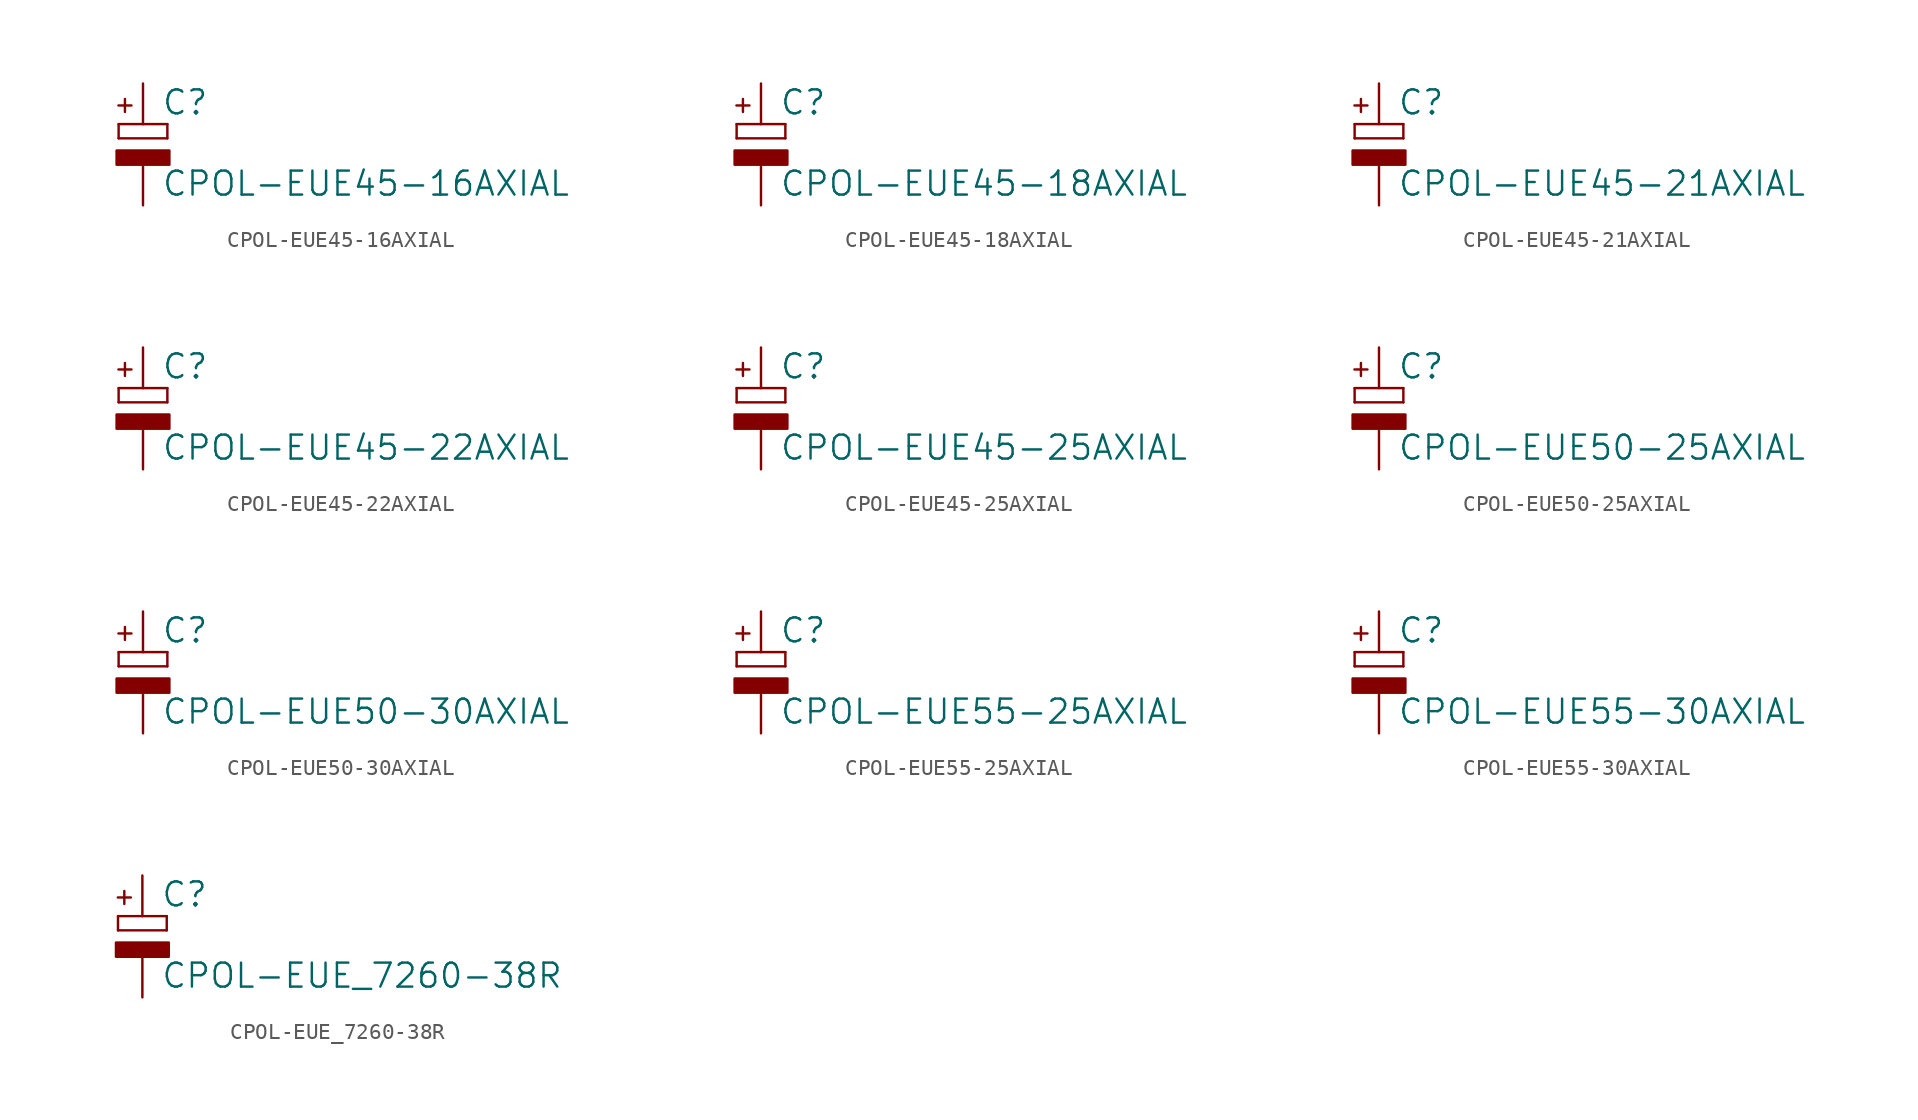
<source format=kicad_sym>
(kicad_symbol_lib
  (version 20211014)
  (generator kicad_symbol_editor)
  (symbol "CPOL-EUE45-16AXIAL"
    (pin_names
      (offset 1.016))
    (property "Reference" "C"
      (at 1.143 0.483 0)
      (effects (font (size 1.499 1.499)) (justify left bottom)))
    (property "Value" "CPOL-EUE45-16AXIAL"
      (at 1.143 -4.597 0)
      (effects (font (size 1.499 1.499)) (justify left bottom)))
    (property "ki_locked" ""
      (at 0 0 0)
      (effects (font (size 1.27 1.27))))
    (symbol "CPOL-EUE45-16AXIAL_1_0"
      (rectangle (start -1.651 -2.54) (end 1.651 -1.651) (stroke (width 0) (type default) (color 0 0 0 0)) (fill (type outline)))
      (polyline (pts (xy -1.524 -0.889) (xy 1.524 -0.889)) (stroke (width 0) (type default) (color 0 0 0 0)) (fill (type none)))
      (polyline (pts (xy -1.524 0) (xy -1.524 -0.889)) (stroke (width 0) (type default) (color 0 0 0 0)) (fill (type none)))
      (polyline (pts (xy -1.524 0) (xy 1.524 0)) (stroke (width 0) (type default) (color 0 0 0 0)) (fill (type none)))
      (polyline (pts (xy 1.524 -0.889) (xy 1.524 0)) (stroke (width 0) (type default) (color 0 0 0 0)) (fill (type none)))
      (text "+" (at -0.584 0.406 900) (effects (font (size 1.067 1.067)) (justify left bottom)))
      (pin passive line (at 0 2.54 270) (length 2.54) (name "+" (effects (font (size 0 0)))) (number "+" (effects (font (size 0 0)))))
      (pin passive line (at 0 -5.08 90) (length 2.54) (name "-" (effects (font (size 0 0)))) (number "-" (effects (font (size 0 0)))))))
  (symbol "CPOL-EUE45-18AXIAL"
    (pin_names
      (offset 1.016))
    (property "Reference" "C"
      (at 1.143 0.483 0)
      (effects (font (size 1.499 1.499)) (justify left bottom)))
    (property "Value" "CPOL-EUE45-18AXIAL"
      (at 1.143 -4.597 0)
      (effects (font (size 1.499 1.499)) (justify left bottom)))
    (property "ki_locked" ""
      (at 0 0 0)
      (effects (font (size 1.27 1.27))))
    (symbol "CPOL-EUE45-18AXIAL_1_0"
      (rectangle (start -1.651 -2.54) (end 1.651 -1.651) (stroke (width 0) (type default) (color 0 0 0 0)) (fill (type outline)))
      (polyline (pts (xy -1.524 -0.889) (xy 1.524 -0.889)) (stroke (width 0) (type default) (color 0 0 0 0)) (fill (type none)))
      (polyline (pts (xy -1.524 0) (xy -1.524 -0.889)) (stroke (width 0) (type default) (color 0 0 0 0)) (fill (type none)))
      (polyline (pts (xy -1.524 0) (xy 1.524 0)) (stroke (width 0) (type default) (color 0 0 0 0)) (fill (type none)))
      (polyline (pts (xy 1.524 -0.889) (xy 1.524 0)) (stroke (width 0) (type default) (color 0 0 0 0)) (fill (type none)))
      (text "+" (at -0.584 0.406 900) (effects (font (size 1.067 1.067)) (justify left bottom)))
      (pin passive line (at 0 2.54 270) (length 2.54) (name "+" (effects (font (size 0 0)))) (number "+" (effects (font (size 0 0)))))
      (pin passive line (at 0 -5.08 90) (length 2.54) (name "-" (effects (font (size 0 0)))) (number "-" (effects (font (size 0 0)))))))
  (symbol "CPOL-EUE45-21AXIAL"
    (pin_names
      (offset 1.016))
    (property "Reference" "C"
      (at 1.143 0.483 0)
      (effects (font (size 1.499 1.499)) (justify left bottom)))
    (property "Value" "CPOL-EUE45-21AXIAL"
      (at 1.143 -4.597 0)
      (effects (font (size 1.499 1.499)) (justify left bottom)))
    (property "ki_locked" ""
      (at 0 0 0)
      (effects (font (size 1.27 1.27))))
    (symbol "CPOL-EUE45-21AXIAL_1_0"
      (rectangle (start -1.651 -2.54) (end 1.651 -1.651) (stroke (width 0) (type default) (color 0 0 0 0)) (fill (type outline)))
      (polyline (pts (xy -1.524 -0.889) (xy 1.524 -0.889)) (stroke (width 0) (type default) (color 0 0 0 0)) (fill (type none)))
      (polyline (pts (xy -1.524 0) (xy -1.524 -0.889)) (stroke (width 0) (type default) (color 0 0 0 0)) (fill (type none)))
      (polyline (pts (xy -1.524 0) (xy 1.524 0)) (stroke (width 0) (type default) (color 0 0 0 0)) (fill (type none)))
      (polyline (pts (xy 1.524 -0.889) (xy 1.524 0)) (stroke (width 0) (type default) (color 0 0 0 0)) (fill (type none)))
      (text "+" (at -0.584 0.406 900) (effects (font (size 1.067 1.067)) (justify left bottom)))
      (pin passive line (at 0 2.54 270) (length 2.54) (name "+" (effects (font (size 0 0)))) (number "+" (effects (font (size 0 0)))))
      (pin passive line (at 0 -5.08 90) (length 2.54) (name "-" (effects (font (size 0 0)))) (number "-" (effects (font (size 0 0)))))))
  (symbol "CPOL-EUE45-22AXIAL"
    (pin_names
      (offset 1.016))
    (property "Reference" "C"
      (at 1.143 0.483 0)
      (effects (font (size 1.499 1.499)) (justify left bottom)))
    (property "Value" "CPOL-EUE45-22AXIAL"
      (at 1.143 -4.597 0)
      (effects (font (size 1.499 1.499)) (justify left bottom)))
    (property "ki_locked" ""
      (at 0 0 0)
      (effects (font (size 1.27 1.27))))
    (symbol "CPOL-EUE45-22AXIAL_1_0"
      (rectangle (start -1.651 -2.54) (end 1.651 -1.651) (stroke (width 0) (type default) (color 0 0 0 0)) (fill (type outline)))
      (polyline (pts (xy -1.524 -0.889) (xy 1.524 -0.889)) (stroke (width 0) (type default) (color 0 0 0 0)) (fill (type none)))
      (polyline (pts (xy -1.524 0) (xy -1.524 -0.889)) (stroke (width 0) (type default) (color 0 0 0 0)) (fill (type none)))
      (polyline (pts (xy -1.524 0) (xy 1.524 0)) (stroke (width 0) (type default) (color 0 0 0 0)) (fill (type none)))
      (polyline (pts (xy 1.524 -0.889) (xy 1.524 0)) (stroke (width 0) (type default) (color 0 0 0 0)) (fill (type none)))
      (text "+" (at -0.584 0.406 900) (effects (font (size 1.067 1.067)) (justify left bottom)))
      (pin passive line (at 0 2.54 270) (length 2.54) (name "+" (effects (font (size 0 0)))) (number "+" (effects (font (size 0 0)))))
      (pin passive line (at 0 -5.08 90) (length 2.54) (name "-" (effects (font (size 0 0)))) (number "-" (effects (font (size 0 0)))))))
  (symbol "CPOL-EUE45-25AXIAL"
    (pin_names
      (offset 1.016))
    (property "Reference" "C"
      (at 1.143 0.483 0)
      (effects (font (size 1.499 1.499)) (justify left bottom)))
    (property "Value" "CPOL-EUE45-25AXIAL"
      (at 1.143 -4.597 0)
      (effects (font (size 1.499 1.499)) (justify left bottom)))
    (property "ki_locked" ""
      (at 0 0 0)
      (effects (font (size 1.27 1.27))))
    (symbol "CPOL-EUE45-25AXIAL_1_0"
      (rectangle (start -1.651 -2.54) (end 1.651 -1.651) (stroke (width 0) (type default) (color 0 0 0 0)) (fill (type outline)))
      (polyline (pts (xy -1.524 -0.889) (xy 1.524 -0.889)) (stroke (width 0) (type default) (color 0 0 0 0)) (fill (type none)))
      (polyline (pts (xy -1.524 0) (xy -1.524 -0.889)) (stroke (width 0) (type default) (color 0 0 0 0)) (fill (type none)))
      (polyline (pts (xy -1.524 0) (xy 1.524 0)) (stroke (width 0) (type default) (color 0 0 0 0)) (fill (type none)))
      (polyline (pts (xy 1.524 -0.889) (xy 1.524 0)) (stroke (width 0) (type default) (color 0 0 0 0)) (fill (type none)))
      (text "+" (at -0.584 0.406 900) (effects (font (size 1.067 1.067)) (justify left bottom)))
      (pin passive line (at 0 2.54 270) (length 2.54) (name "+" (effects (font (size 0 0)))) (number "+" (effects (font (size 0 0)))))
      (pin passive line (at 0 -5.08 90) (length 2.54) (name "-" (effects (font (size 0 0)))) (number "-" (effects (font (size 0 0)))))))
  (symbol "CPOL-EUE50-25AXIAL"
    (pin_names
      (offset 1.016))
    (property "Reference" "C"
      (at 1.143 0.483 0)
      (effects (font (size 1.499 1.499)) (justify left bottom)))
    (property "Value" "CPOL-EUE50-25AXIAL"
      (at 1.143 -4.597 0)
      (effects (font (size 1.499 1.499)) (justify left bottom)))
    (property "ki_locked" ""
      (at 0 0 0)
      (effects (font (size 1.27 1.27))))
    (symbol "CPOL-EUE50-25AXIAL_1_0"
      (rectangle (start -1.651 -2.54) (end 1.651 -1.651) (stroke (width 0) (type default) (color 0 0 0 0)) (fill (type outline)))
      (polyline (pts (xy -1.524 -0.889) (xy 1.524 -0.889)) (stroke (width 0) (type default) (color 0 0 0 0)) (fill (type none)))
      (polyline (pts (xy -1.524 0) (xy -1.524 -0.889)) (stroke (width 0) (type default) (color 0 0 0 0)) (fill (type none)))
      (polyline (pts (xy -1.524 0) (xy 1.524 0)) (stroke (width 0) (type default) (color 0 0 0 0)) (fill (type none)))
      (polyline (pts (xy 1.524 -0.889) (xy 1.524 0)) (stroke (width 0) (type default) (color 0 0 0 0)) (fill (type none)))
      (text "+" (at -0.584 0.406 900) (effects (font (size 1.067 1.067)) (justify left bottom)))
      (pin passive line (at 0 2.54 270) (length 2.54) (name "+" (effects (font (size 0 0)))) (number "+" (effects (font (size 0 0)))))
      (pin passive line (at 0 -5.08 90) (length 2.54) (name "-" (effects (font (size 0 0)))) (number "-" (effects (font (size 0 0)))))))
  (symbol "CPOL-EUE50-30AXIAL"
    (pin_names
      (offset 1.016))
    (property "Reference" "C"
      (at 1.143 0.483 0)
      (effects (font (size 1.499 1.499)) (justify left bottom)))
    (property "Value" "CPOL-EUE50-30AXIAL"
      (at 1.143 -4.597 0)
      (effects (font (size 1.499 1.499)) (justify left bottom)))
    (property "ki_locked" ""
      (at 0 0 0)
      (effects (font (size 1.27 1.27))))
    (symbol "CPOL-EUE50-30AXIAL_1_0"
      (rectangle (start -1.651 -2.54) (end 1.651 -1.651) (stroke (width 0) (type default) (color 0 0 0 0)) (fill (type outline)))
      (polyline (pts (xy -1.524 -0.889) (xy 1.524 -0.889)) (stroke (width 0) (type default) (color 0 0 0 0)) (fill (type none)))
      (polyline (pts (xy -1.524 0) (xy -1.524 -0.889)) (stroke (width 0) (type default) (color 0 0 0 0)) (fill (type none)))
      (polyline (pts (xy -1.524 0) (xy 1.524 0)) (stroke (width 0) (type default) (color 0 0 0 0)) (fill (type none)))
      (polyline (pts (xy 1.524 -0.889) (xy 1.524 0)) (stroke (width 0) (type default) (color 0 0 0 0)) (fill (type none)))
      (text "+" (at -0.584 0.406 900) (effects (font (size 1.067 1.067)) (justify left bottom)))
      (pin passive line (at 0 2.54 270) (length 2.54) (name "+" (effects (font (size 0 0)))) (number "+" (effects (font (size 0 0)))))
      (pin passive line (at 0 -5.08 90) (length 2.54) (name "-" (effects (font (size 0 0)))) (number "-" (effects (font (size 0 0)))))))
  (symbol "CPOL-EUE55-25AXIAL"
    (pin_names
      (offset 1.016))
    (property "Reference" "C"
      (at 1.143 0.483 0)
      (effects (font (size 1.499 1.499)) (justify left bottom)))
    (property "Value" "CPOL-EUE55-25AXIAL"
      (at 1.143 -4.597 0)
      (effects (font (size 1.499 1.499)) (justify left bottom)))
    (property "ki_locked" ""
      (at 0 0 0)
      (effects (font (size 1.27 1.27))))
    (symbol "CPOL-EUE55-25AXIAL_1_0"
      (rectangle (start -1.651 -2.54) (end 1.651 -1.651) (stroke (width 0) (type default) (color 0 0 0 0)) (fill (type outline)))
      (polyline (pts (xy -1.524 -0.889) (xy 1.524 -0.889)) (stroke (width 0) (type default) (color 0 0 0 0)) (fill (type none)))
      (polyline (pts (xy -1.524 0) (xy -1.524 -0.889)) (stroke (width 0) (type default) (color 0 0 0 0)) (fill (type none)))
      (polyline (pts (xy -1.524 0) (xy 1.524 0)) (stroke (width 0) (type default) (color 0 0 0 0)) (fill (type none)))
      (polyline (pts (xy 1.524 -0.889) (xy 1.524 0)) (stroke (width 0) (type default) (color 0 0 0 0)) (fill (type none)))
      (text "+" (at -0.584 0.406 900) (effects (font (size 1.067 1.067)) (justify left bottom)))
      (pin passive line (at 0 2.54 270) (length 2.54) (name "+" (effects (font (size 0 0)))) (number "+" (effects (font (size 0 0)))))
      (pin passive line (at 0 -5.08 90) (length 2.54) (name "-" (effects (font (size 0 0)))) (number "-" (effects (font (size 0 0)))))))
  (symbol "CPOL-EUE55-30AXIAL"
    (pin_names
      (offset 1.016))
    (property "Reference" "C"
      (at 1.143 0.483 0)
      (effects (font (size 1.499 1.499)) (justify left bottom)))
    (property "Value" "CPOL-EUE55-30AXIAL"
      (at 1.143 -4.597 0)
      (effects (font (size 1.499 1.499)) (justify left bottom)))
    (property "ki_locked" ""
      (at 0 0 0)
      (effects (font (size 1.27 1.27))))
    (symbol "CPOL-EUE55-30AXIAL_1_0"
      (rectangle (start -1.651 -2.54) (end 1.651 -1.651) (stroke (width 0) (type default) (color 0 0 0 0)) (fill (type outline)))
      (polyline (pts (xy -1.524 -0.889) (xy 1.524 -0.889)) (stroke (width 0) (type default) (color 0 0 0 0)) (fill (type none)))
      (polyline (pts (xy -1.524 0) (xy -1.524 -0.889)) (stroke (width 0) (type default) (color 0 0 0 0)) (fill (type none)))
      (polyline (pts (xy -1.524 0) (xy 1.524 0)) (stroke (width 0) (type default) (color 0 0 0 0)) (fill (type none)))
      (polyline (pts (xy 1.524 -0.889) (xy 1.524 0)) (stroke (width 0) (type default) (color 0 0 0 0)) (fill (type none)))
      (text "+" (at -0.584 0.406 900) (effects (font (size 1.067 1.067)) (justify left bottom)))
      (pin passive line (at 0 2.54 270) (length 2.54) (name "+" (effects (font (size 0 0)))) (number "+" (effects (font (size 0 0)))))
      (pin passive line (at 0 -5.08 90) (length 2.54) (name "-" (effects (font (size 0 0)))) (number "-" (effects (font (size 0 0)))))))
  (symbol "CPOL-EUE_7260-38R"
    (pin_names
      (offset 1.016))
    (property "Reference" "C"
      (at 1.143 0.483 0)
      (effects (font (size 1.499 1.499)) (justify left bottom)))
    (property "Value" "CPOL-EUE_7260-38R"
      (at 1.143 -4.597 0)
      (effects (font (size 1.499 1.499)) (justify left bottom)))
    (property "ki_locked" ""
      (at 0 0 0)
      (effects (font (size 1.27 1.27))))
    (symbol "CPOL-EUE_7260-38R_1_0"
      (rectangle (start -1.651 -2.54) (end 1.651 -1.651) (stroke (width 0) (type default) (color 0 0 0 0)) (fill (type outline)))
      (polyline (pts (xy -1.524 -0.889) (xy 1.524 -0.889)) (stroke (width 0) (type default) (color 0 0 0 0)) (fill (type none)))
      (polyline (pts (xy -1.524 0) (xy -1.524 -0.889)) (stroke (width 0) (type default) (color 0 0 0 0)) (fill (type none)))
      (polyline (pts (xy -1.524 0) (xy 1.524 0)) (stroke (width 0) (type default) (color 0 0 0 0)) (fill (type none)))
      (polyline (pts (xy 1.524 -0.889) (xy 1.524 0)) (stroke (width 0) (type default) (color 0 0 0 0)) (fill (type none)))
      (text "+" (at -0.584 0.406 900) (effects (font (size 1.067 1.067)) (justify left bottom)))
      (pin passive line (at 0 2.54 270) (length 2.54) (name "+" (effects (font (size 0 0)))) (number "+" (effects (font (size 0 0)))))
      (pin passive line (at 0 -5.08 90) (length 2.54) (name "-" (effects (font (size 0 0)))) (number "-" (effects (font (size 0 0))))))))
</source>
